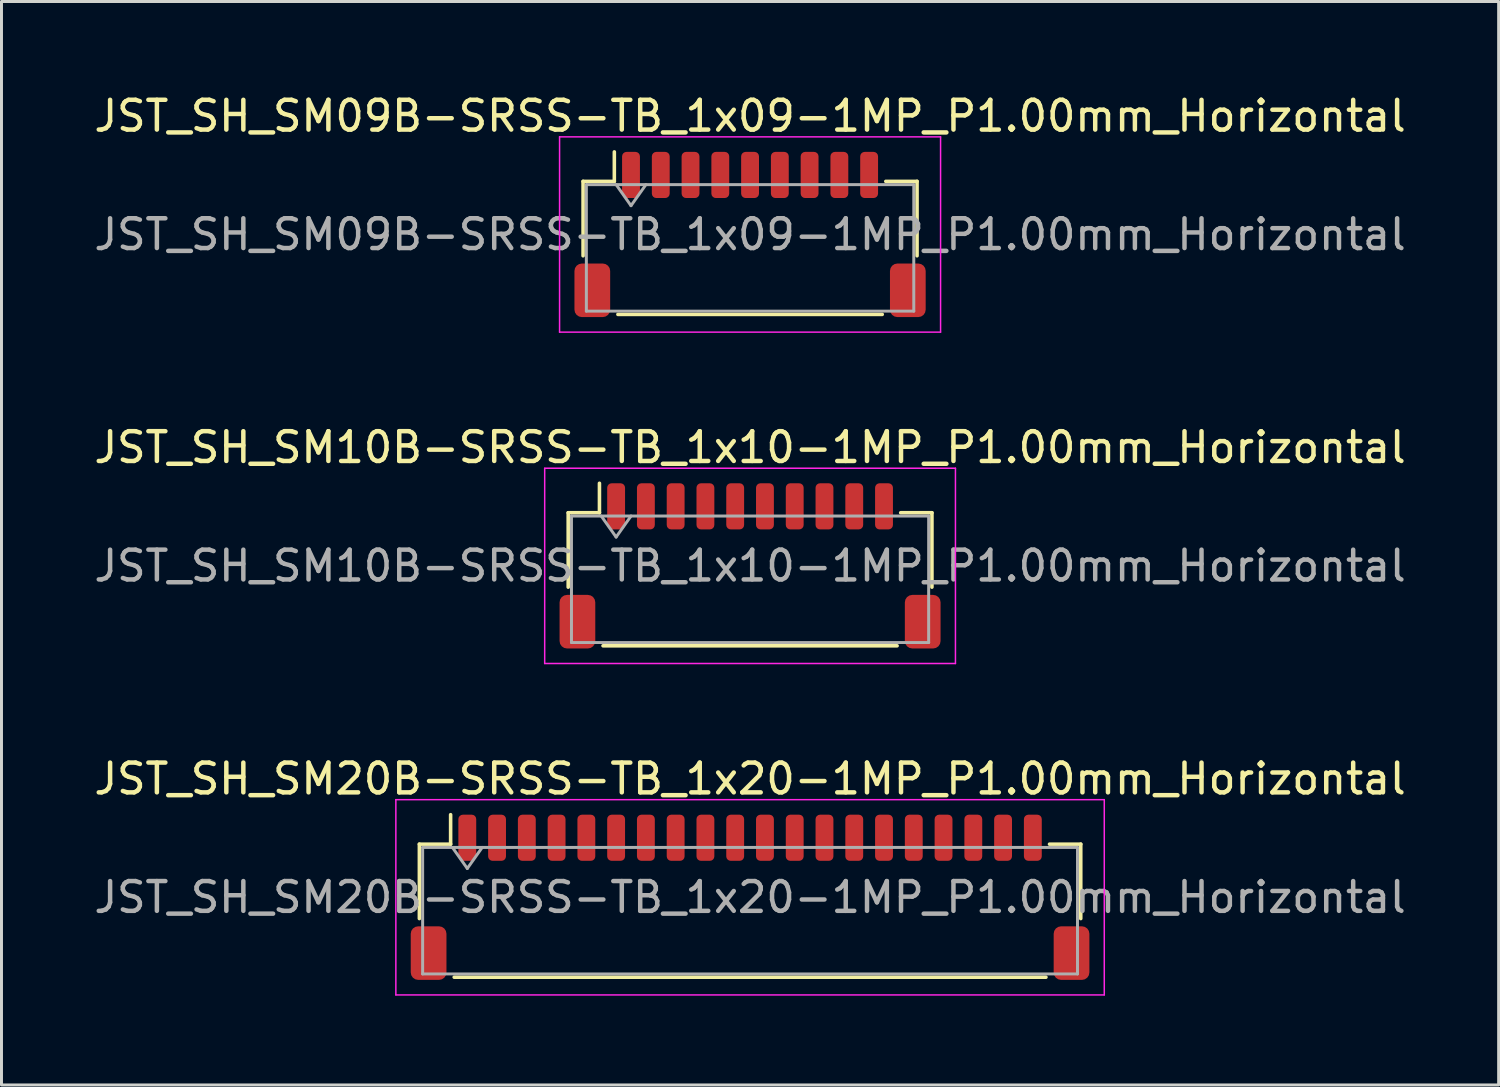
<source format=kicad_pcb>
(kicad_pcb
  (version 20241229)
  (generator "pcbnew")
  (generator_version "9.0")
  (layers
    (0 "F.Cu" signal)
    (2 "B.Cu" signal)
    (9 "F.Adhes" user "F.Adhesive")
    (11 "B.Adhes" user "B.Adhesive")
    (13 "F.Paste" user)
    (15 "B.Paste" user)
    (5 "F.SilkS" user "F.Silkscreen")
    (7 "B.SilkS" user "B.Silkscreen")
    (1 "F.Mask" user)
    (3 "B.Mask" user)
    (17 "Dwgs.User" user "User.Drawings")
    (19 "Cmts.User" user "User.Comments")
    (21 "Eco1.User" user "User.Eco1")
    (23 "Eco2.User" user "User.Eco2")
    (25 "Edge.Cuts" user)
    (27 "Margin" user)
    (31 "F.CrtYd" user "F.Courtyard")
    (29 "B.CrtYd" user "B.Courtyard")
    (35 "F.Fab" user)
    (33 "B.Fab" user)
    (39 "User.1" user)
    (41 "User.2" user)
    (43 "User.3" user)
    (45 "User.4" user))
  (footprint "JST_SH_SM10B-SRSS-TB_1x10-1MP_P1.00mm_Horizontal"
    (layer "F.Cu")
    (at 22.149 15.961)
    (property "Reference" "JST_SH_SM10B-SRSS-TB_1x10-1MP_P1.00mm_Horizontal" (at 0 -3.98 0) (layer "F.SilkS") (effects (font (size 1 1) (thickness 0.15))))
    (attr smd)
    (fp_line (start -6.11 -1.785) (end -5.06 -1.785) (stroke (width 0.12) (type solid)) (layer "F.SilkS"))
    (fp_line (start -6.11 0.715) (end -6.11 -1.785) (stroke (width 0.12) (type solid)) (layer "F.SilkS"))
    (fp_line (start -5.06 -1.785) (end -5.06 -2.775) (stroke (width 0.12) (type solid)) (layer "F.SilkS"))
    (fp_line (start -4.94 2.685) (end 4.94 2.685) (stroke (width 0.12) (type solid)) (layer "F.SilkS"))
    (fp_line (start 6.11 -1.785) (end 5.06 -1.785) (stroke (width 0.12) (type solid)) (layer "F.SilkS"))
    (fp_line (start 6.11 0.715) (end 6.11 -1.785) (stroke (width 0.12) (type solid)) (layer "F.SilkS"))
    (fp_line (start -6.9 -3.28) (end -6.9 3.28) (stroke (width 0.05) (type solid)) (layer "F.CrtYd"))
    (fp_line (start -6.9 3.28) (end 6.9 3.28) (stroke (width 0.05) (type solid)) (layer "F.CrtYd"))
    (fp_line (start 6.9 -3.28) (end -6.9 -3.28) (stroke (width 0.05) (type solid)) (layer "F.CrtYd"))
    (fp_line (start 6.9 3.28) (end 6.9 -3.28) (stroke (width 0.05) (type solid)) (layer "F.CrtYd"))
    (fp_line (start -6 -1.675) (end -6 2.575) (stroke (width 0.1) (type solid)) (layer "F.Fab"))
    (fp_line (start -6 -1.675) (end 6 -1.675) (stroke (width 0.1) (type solid)) (layer "F.Fab"))
    (fp_line (start -6 2.575) (end 6 2.575) (stroke (width 0.1) (type solid)) (layer "F.Fab"))
    (fp_line (start -5 -1.675) (end -4.5 -0.968) (stroke (width 0.1) (type solid)) (layer "F.Fab"))
    (fp_line (start -4.5 -0.968) (end -4 -1.675) (stroke (width 0.1) (type solid)) (layer "F.Fab"))
    (fp_line (start 6 -1.675) (end 6 2.575) (stroke (width 0.1) (type solid)) (layer "F.Fab"))
    (fp_text user "${REFERENCE}" (at 0 0 0) (layer "F.Fab") (effects (font (size 1 1) (thickness 0.15))))
    (pad "1" smd roundrect (at -4.5 -2) (size 0.6 1.55) (layers "F.Cu" "F.Mask" "F.Paste") (roundrect_rratio 0.25))
    (pad "2" smd roundrect (at -3.5 -2) (size 0.6 1.55) (layers "F.Cu" "F.Mask" "F.Paste") (roundrect_rratio 0.25))
    (pad "3" smd roundrect (at -2.5 -2) (size 0.6 1.55) (layers "F.Cu" "F.Mask" "F.Paste") (roundrect_rratio 0.25))
    (pad "4" smd roundrect (at -1.5 -2) (size 0.6 1.55) (layers "F.Cu" "F.Mask" "F.Paste") (roundrect_rratio 0.25))
    (pad "5" smd roundrect (at -0.5 -2) (size 0.6 1.55) (layers "F.Cu" "F.Mask" "F.Paste") (roundrect_rratio 0.25))
    (pad "6" smd roundrect (at 0.5 -2) (size 0.6 1.55) (layers "F.Cu" "F.Mask" "F.Paste") (roundrect_rratio 0.25))
    (pad "7" smd roundrect (at 1.5 -2) (size 0.6 1.55) (layers "F.Cu" "F.Mask" "F.Paste") (roundrect_rratio 0.25))
    (pad "8" smd roundrect (at 2.5 -2) (size 0.6 1.55) (layers "F.Cu" "F.Mask" "F.Paste") (roundrect_rratio 0.25))
    (pad "9" smd roundrect (at 3.5 -2) (size 0.6 1.55) (layers "F.Cu" "F.Mask" "F.Paste") (roundrect_rratio 0.25))
    (pad "10" smd roundrect (at 4.5 -2) (size 0.6 1.55) (layers "F.Cu" "F.Mask" "F.Paste") (roundrect_rratio 0.25))
    (pad "MP" smd roundrect (at -5.8 1.875) (size 1.2 1.8) (layers "F.Cu" "F.Mask" "F.Paste") (roundrect_rratio 0.208))
    (pad "MP" smd roundrect (at 5.8 1.875) (size 1.2 1.8) (layers "F.Cu" "F.Mask" "F.Paste") (roundrect_rratio 0.208)))
  (footprint "JST_SH_SM09B-SRSS-TB_1x09-1MP_P1.00mm_Horizontal"
    (layer "F.Cu")
    (at 22.149 4.828)
    (property "Reference" "JST_SH_SM09B-SRSS-TB_1x09-1MP_P1.00mm_Horizontal" (at 0 -3.98 0) (layer "F.SilkS") (effects (font (size 1 1) (thickness 0.15))))
    (attr smd)
    (fp_line (start -5.61 -1.785) (end -4.56 -1.785) (stroke (width 0.12) (type solid)) (layer "F.SilkS"))
    (fp_line (start -5.61 0.715) (end -5.61 -1.785) (stroke (width 0.12) (type solid)) (layer "F.SilkS"))
    (fp_line (start -4.56 -1.785) (end -4.56 -2.775) (stroke (width 0.12) (type solid)) (layer "F.SilkS"))
    (fp_line (start -4.44 2.685) (end 4.44 2.685) (stroke (width 0.12) (type solid)) (layer "F.SilkS"))
    (fp_line (start 5.61 -1.785) (end 4.56 -1.785) (stroke (width 0.12) (type solid)) (layer "F.SilkS"))
    (fp_line (start 5.61 0.715) (end 5.61 -1.785) (stroke (width 0.12) (type solid)) (layer "F.SilkS"))
    (fp_line (start -6.4 -3.28) (end -6.4 3.28) (stroke (width 0.05) (type solid)) (layer "F.CrtYd"))
    (fp_line (start -6.4 3.28) (end 6.4 3.28) (stroke (width 0.05) (type solid)) (layer "F.CrtYd"))
    (fp_line (start 6.4 -3.28) (end -6.4 -3.28) (stroke (width 0.05) (type solid)) (layer "F.CrtYd"))
    (fp_line (start 6.4 3.28) (end 6.4 -3.28) (stroke (width 0.05) (type solid)) (layer "F.CrtYd"))
    (fp_line (start -5.5 -1.675) (end -5.5 2.575) (stroke (width 0.1) (type solid)) (layer "F.Fab"))
    (fp_line (start -5.5 -1.675) (end 5.5 -1.675) (stroke (width 0.1) (type solid)) (layer "F.Fab"))
    (fp_line (start -5.5 2.575) (end 5.5 2.575) (stroke (width 0.1) (type solid)) (layer "F.Fab"))
    (fp_line (start -4.5 -1.675) (end -4 -0.968) (stroke (width 0.1) (type solid)) (layer "F.Fab"))
    (fp_line (start -4 -0.968) (end -3.5 -1.675) (stroke (width 0.1) (type solid)) (layer "F.Fab"))
    (fp_line (start 5.5 -1.675) (end 5.5 2.575) (stroke (width 0.1) (type solid)) (layer "F.Fab"))
    (fp_text user "${REFERENCE}" (at 0 0 0) (layer "F.Fab") (effects (font (size 1 1) (thickness 0.15))))
    (pad "1" smd roundrect (at -4 -2) (size 0.6 1.55) (layers "F.Cu" "F.Mask" "F.Paste") (roundrect_rratio 0.25))
    (pad "2" smd roundrect (at -3 -2) (size 0.6 1.55) (layers "F.Cu" "F.Mask" "F.Paste") (roundrect_rratio 0.25))
    (pad "3" smd roundrect (at -2 -2) (size 0.6 1.55) (layers "F.Cu" "F.Mask" "F.Paste") (roundrect_rratio 0.25))
    (pad "4" smd roundrect (at -1 -2) (size 0.6 1.55) (layers "F.Cu" "F.Mask" "F.Paste") (roundrect_rratio 0.25))
    (pad "5" smd roundrect (at 0 -2) (size 0.6 1.55) (layers "F.Cu" "F.Mask" "F.Paste") (roundrect_rratio 0.25))
    (pad "6" smd roundrect (at 1 -2) (size 0.6 1.55) (layers "F.Cu" "F.Mask" "F.Paste") (roundrect_rratio 0.25))
    (pad "7" smd roundrect (at 2 -2) (size 0.6 1.55) (layers "F.Cu" "F.Mask" "F.Paste") (roundrect_rratio 0.25))
    (pad "8" smd roundrect (at 3 -2) (size 0.6 1.55) (layers "F.Cu" "F.Mask" "F.Paste") (roundrect_rratio 0.25))
    (pad "9" smd roundrect (at 4 -2) (size 0.6 1.55) (layers "F.Cu" "F.Mask" "F.Paste") (roundrect_rratio 0.25))
    (pad "MP" smd roundrect (at -5.3 1.875) (size 1.2 1.8) (layers "F.Cu" "F.Mask" "F.Paste") (roundrect_rratio 0.208))
    (pad "MP" smd roundrect (at 5.3 1.875) (size 1.2 1.8) (layers "F.Cu" "F.Mask" "F.Paste") (roundrect_rratio 0.208)))
  (footprint "JST_SH_SM20B-SRSS-TB_1x20-1MP_P1.00mm_Horizontal"
    (layer "F.Cu")
    (at 22.149 27.095)
    (property "Reference" "JST_SH_SM20B-SRSS-TB_1x20-1MP_P1.00mm_Horizontal" (at 0 -3.98 0) (layer "F.SilkS") (effects (font (size 1 1) (thickness 0.15))))
    (attr smd)
    (fp_line (start -11.11 -1.785) (end -10.06 -1.785) (stroke (width 0.12) (type solid)) (layer "F.SilkS"))
    (fp_line (start -11.11 0.715) (end -11.11 -1.785) (stroke (width 0.12) (type solid)) (layer "F.SilkS"))
    (fp_line (start -10.06 -1.785) (end -10.06 -2.775) (stroke (width 0.12) (type solid)) (layer "F.SilkS"))
    (fp_line (start -9.94 2.685) (end 9.94 2.685) (stroke (width 0.12) (type solid)) (layer "F.SilkS"))
    (fp_line (start 11.11 -1.785) (end 10.06 -1.785) (stroke (width 0.12) (type solid)) (layer "F.SilkS"))
    (fp_line (start 11.11 0.715) (end 11.11 -1.785) (stroke (width 0.12) (type solid)) (layer "F.SilkS"))
    (fp_line (start -11.9 -3.28) (end -11.9 3.28) (stroke (width 0.05) (type solid)) (layer "F.CrtYd"))
    (fp_line (start -11.9 3.28) (end 11.9 3.28) (stroke (width 0.05) (type solid)) (layer "F.CrtYd"))
    (fp_line (start 11.9 -3.28) (end -11.9 -3.28) (stroke (width 0.05) (type solid)) (layer "F.CrtYd"))
    (fp_line (start 11.9 3.28) (end 11.9 -3.28) (stroke (width 0.05) (type solid)) (layer "F.CrtYd"))
    (fp_line (start -11 -1.675) (end -11 2.575) (stroke (width 0.1) (type solid)) (layer "F.Fab"))
    (fp_line (start -11 -1.675) (end 11 -1.675) (stroke (width 0.1) (type solid)) (layer "F.Fab"))
    (fp_line (start -11 2.575) (end 11 2.575) (stroke (width 0.1) (type solid)) (layer "F.Fab"))
    (fp_line (start -10 -1.675) (end -9.5 -0.968) (stroke (width 0.1) (type solid)) (layer "F.Fab"))
    (fp_line (start -9.5 -0.968) (end -9 -1.675) (stroke (width 0.1) (type solid)) (layer "F.Fab"))
    (fp_line (start 11 -1.675) (end 11 2.575) (stroke (width 0.1) (type solid)) (layer "F.Fab"))
    (fp_text user "${REFERENCE}" (at 0 0 0) (layer "F.Fab") (effects (font (size 1 1) (thickness 0.15))))
    (pad "1" smd roundrect (at -9.5 -2) (size 0.6 1.55) (layers "F.Cu" "F.Mask" "F.Paste") (roundrect_rratio 0.25))
    (pad "2" smd roundrect (at -8.5 -2) (size 0.6 1.55) (layers "F.Cu" "F.Mask" "F.Paste") (roundrect_rratio 0.25))
    (pad "3" smd roundrect (at -7.5 -2) (size 0.6 1.55) (layers "F.Cu" "F.Mask" "F.Paste") (roundrect_rratio 0.25))
    (pad "4" smd roundrect (at -6.5 -2) (size 0.6 1.55) (layers "F.Cu" "F.Mask" "F.Paste") (roundrect_rratio 0.25))
    (pad "5" smd roundrect (at -5.5 -2) (size 0.6 1.55) (layers "F.Cu" "F.Mask" "F.Paste") (roundrect_rratio 0.25))
    (pad "6" smd roundrect (at -4.5 -2) (size 0.6 1.55) (layers "F.Cu" "F.Mask" "F.Paste") (roundrect_rratio 0.25))
    (pad "7" smd roundrect (at -3.5 -2) (size 0.6 1.55) (layers "F.Cu" "F.Mask" "F.Paste") (roundrect_rratio 0.25))
    (pad "8" smd roundrect (at -2.5 -2) (size 0.6 1.55) (layers "F.Cu" "F.Mask" "F.Paste") (roundrect_rratio 0.25))
    (pad "9" smd roundrect (at -1.5 -2) (size 0.6 1.55) (layers "F.Cu" "F.Mask" "F.Paste") (roundrect_rratio 0.25))
    (pad "10" smd roundrect (at -0.5 -2) (size 0.6 1.55) (layers "F.Cu" "F.Mask" "F.Paste") (roundrect_rratio 0.25))
    (pad "11" smd roundrect (at 0.5 -2) (size 0.6 1.55) (layers "F.Cu" "F.Mask" "F.Paste") (roundrect_rratio 0.25))
    (pad "12" smd roundrect (at 1.5 -2) (size 0.6 1.55) (layers "F.Cu" "F.Mask" "F.Paste") (roundrect_rratio 0.25))
    (pad "13" smd roundrect (at 2.5 -2) (size 0.6 1.55) (layers "F.Cu" "F.Mask" "F.Paste") (roundrect_rratio 0.25))
    (pad "14" smd roundrect (at 3.5 -2) (size 0.6 1.55) (layers "F.Cu" "F.Mask" "F.Paste") (roundrect_rratio 0.25))
    (pad "15" smd roundrect (at 4.5 -2) (size 0.6 1.55) (layers "F.Cu" "F.Mask" "F.Paste") (roundrect_rratio 0.25))
    (pad "16" smd roundrect (at 5.5 -2) (size 0.6 1.55) (layers "F.Cu" "F.Mask" "F.Paste") (roundrect_rratio 0.25))
    (pad "17" smd roundrect (at 6.5 -2) (size 0.6 1.55) (layers "F.Cu" "F.Mask" "F.Paste") (roundrect_rratio 0.25))
    (pad "18" smd roundrect (at 7.5 -2) (size 0.6 1.55) (layers "F.Cu" "F.Mask" "F.Paste") (roundrect_rratio 0.25))
    (pad "19" smd roundrect (at 8.5 -2) (size 0.6 1.55) (layers "F.Cu" "F.Mask" "F.Paste") (roundrect_rratio 0.25))
    (pad "20" smd roundrect (at 9.5 -2) (size 0.6 1.55) (layers "F.Cu" "F.Mask" "F.Paste") (roundrect_rratio 0.25))
    (pad "MP" smd roundrect (at -10.8 1.875) (size 1.2 1.8) (layers "F.Cu" "F.Mask" "F.Paste") (roundrect_rratio 0.208))
    (pad "MP" smd roundrect (at 10.8 1.875) (size 1.2 1.8) (layers "F.Cu" "F.Mask" "F.Paste") (roundrect_rratio 0.208)))
  (gr_rect
    (start -3 -3)
    (end 47.298 33.4)
    (stroke (width 0.1) (type default))
    (fill no)
    (layer "Edge.Cuts")))
</source>
